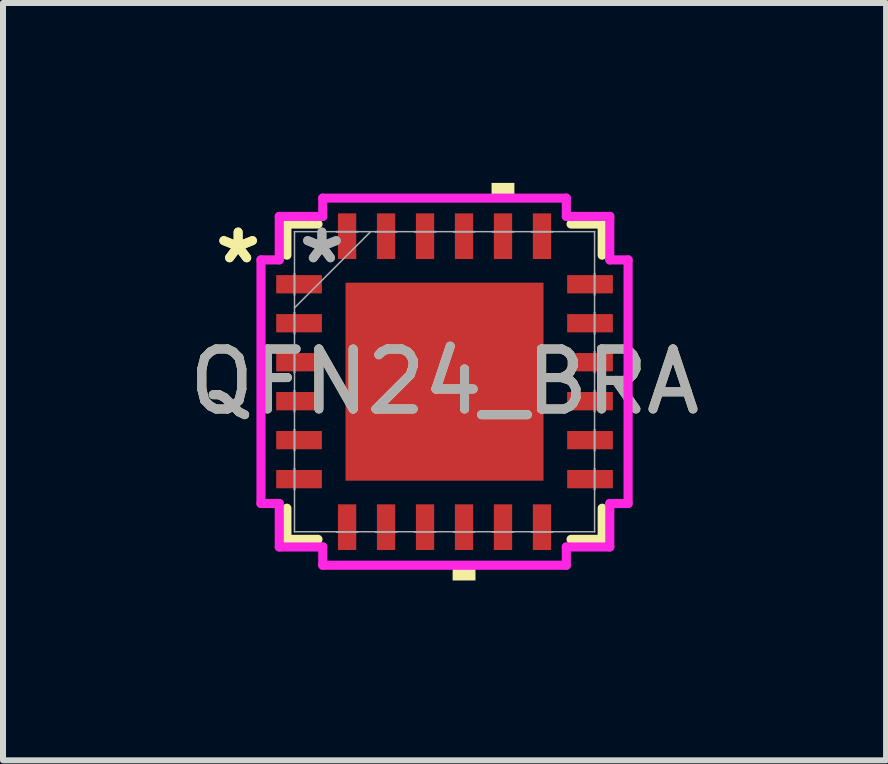
<source format=kicad_pcb>
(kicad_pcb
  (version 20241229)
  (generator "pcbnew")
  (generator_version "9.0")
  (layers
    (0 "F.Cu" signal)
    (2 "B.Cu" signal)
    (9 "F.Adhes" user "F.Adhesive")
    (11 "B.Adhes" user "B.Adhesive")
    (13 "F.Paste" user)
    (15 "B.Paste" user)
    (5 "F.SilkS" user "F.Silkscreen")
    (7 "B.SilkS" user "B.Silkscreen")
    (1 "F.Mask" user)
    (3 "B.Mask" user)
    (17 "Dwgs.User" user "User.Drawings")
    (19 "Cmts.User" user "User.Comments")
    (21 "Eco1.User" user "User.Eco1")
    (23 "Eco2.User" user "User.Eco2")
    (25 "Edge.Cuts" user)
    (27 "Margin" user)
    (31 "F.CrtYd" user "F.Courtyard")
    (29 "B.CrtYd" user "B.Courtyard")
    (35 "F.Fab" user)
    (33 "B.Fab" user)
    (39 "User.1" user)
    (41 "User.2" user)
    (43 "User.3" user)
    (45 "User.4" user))
  (footprint "QFN24_BRA"
    (layer "F.Cu")
    (at 4.363 3.315)
    (property "Reference" "QFN24_BRA" (at 0 0 0) (unlocked yes) (layer "F.SilkS") (effects (font (size 1 1) (thickness 0.15))))
    (attr smd)
    (fp_line (start -2.629 -2.629) (end -2.629 -2.11) (stroke (width 0.152) (type solid)) (layer "F.SilkS"))
    (fp_line (start -2.629 2.11) (end -2.629 2.629) (stroke (width 0.152) (type solid)) (layer "F.SilkS"))
    (fp_line (start -2.629 2.629) (end -2.11 2.629) (stroke (width 0.152) (type solid)) (layer "F.SilkS"))
    (fp_line (start -2.11 -2.629) (end -2.629 -2.629) (stroke (width 0.152) (type solid)) (layer "F.SilkS"))
    (fp_line (start 2.11 2.629) (end 2.629 2.629) (stroke (width 0.152) (type solid)) (layer "F.SilkS"))
    (fp_line (start 2.629 -2.629) (end 2.11 -2.629) (stroke (width 0.152) (type solid)) (layer "F.SilkS"))
    (fp_line (start 2.629 -2.11) (end 2.629 -2.629) (stroke (width 0.152) (type solid)) (layer "F.SilkS"))
    (fp_line (start 2.629 2.629) (end 2.629 2.11) (stroke (width 0.152) (type solid)) (layer "F.SilkS"))
    (fp_poly (pts (xy 0.135 3.061) (xy 0.135 3.315) (xy 0.516 3.315) (xy 0.516 3.061)) (stroke (width 0) (type solid)) (fill yes) (layer "F.SilkS"))
    (fp_poly (pts (xy 0.784 -3.061) (xy 0.784 -3.315) (xy 1.165 -3.315) (xy 1.165 -3.061)) (stroke (width 0) (type solid)) (fill yes) (layer "F.SilkS"))
    (fp_poly (pts (xy -1.551 -1.551) (xy -1.551 -0.1) (xy -0.1 -0.1) (xy -0.1 -1.551)) (stroke (width 0) (type solid)) (fill yes) (layer "F.Paste"))
    (fp_poly (pts (xy -1.551 0.1) (xy -1.551 1.551) (xy -0.1 1.551) (xy -0.1 0.1)) (stroke (width 0) (type solid)) (fill yes) (layer "F.Paste"))
    (fp_poly (pts (xy 0.1 -1.551) (xy 0.1 -0.1) (xy 1.551 -0.1) (xy 1.551 -1.551)) (stroke (width 0) (type solid)) (fill yes) (layer "F.Paste"))
    (fp_poly (pts (xy 0.1 0.1) (xy 0.1 1.551) (xy 1.551 1.551) (xy 1.551 0.1)) (stroke (width 0) (type solid)) (fill yes) (layer "F.Paste"))
    (fp_line (start -3.061 -2.031) (end -2.756 -2.031) (stroke (width 0.152) (type solid)) (layer "F.CrtYd"))
    (fp_line (start -3.061 2.031) (end -3.061 -2.031) (stroke (width 0.152) (type solid)) (layer "F.CrtYd"))
    (fp_line (start -2.756 -2.756) (end -2.031 -2.756) (stroke (width 0.152) (type solid)) (layer "F.CrtYd"))
    (fp_line (start -2.756 -2.031) (end -2.756 -2.756) (stroke (width 0.152) (type solid)) (layer "F.CrtYd"))
    (fp_line (start -2.756 2.031) (end -3.061 2.031) (stroke (width 0.152) (type solid)) (layer "F.CrtYd"))
    (fp_line (start -2.756 2.756) (end -2.756 2.031) (stroke (width 0.152) (type solid)) (layer "F.CrtYd"))
    (fp_line (start -2.031 -3.061) (end 2.031 -3.061) (stroke (width 0.152) (type solid)) (layer "F.CrtYd"))
    (fp_line (start -2.031 -2.756) (end -2.031 -3.061) (stroke (width 0.152) (type solid)) (layer "F.CrtYd"))
    (fp_line (start -2.031 2.756) (end -2.756 2.756) (stroke (width 0.152) (type solid)) (layer "F.CrtYd"))
    (fp_line (start -2.031 3.061) (end -2.031 2.756) (stroke (width 0.152) (type solid)) (layer "F.CrtYd"))
    (fp_line (start 2.031 -3.061) (end 2.031 -2.756) (stroke (width 0.152) (type solid)) (layer "F.CrtYd"))
    (fp_line (start 2.031 -2.756) (end 2.756 -2.756) (stroke (width 0.152) (type solid)) (layer "F.CrtYd"))
    (fp_line (start 2.031 2.756) (end 2.031 3.061) (stroke (width 0.152) (type solid)) (layer "F.CrtYd"))
    (fp_line (start 2.031 3.061) (end -2.031 3.061) (stroke (width 0.152) (type solid)) (layer "F.CrtYd"))
    (fp_line (start 2.756 -2.756) (end 2.756 -2.031) (stroke (width 0.152) (type solid)) (layer "F.CrtYd"))
    (fp_line (start 2.756 -2.031) (end 3.061 -2.031) (stroke (width 0.152) (type solid)) (layer "F.CrtYd"))
    (fp_line (start 2.756 2.031) (end 2.756 2.756) (stroke (width 0.152) (type solid)) (layer "F.CrtYd"))
    (fp_line (start 2.756 2.756) (end 2.031 2.756) (stroke (width 0.152) (type solid)) (layer "F.CrtYd"))
    (fp_line (start 3.061 -2.031) (end 3.061 2.031) (stroke (width 0.152) (type solid)) (layer "F.CrtYd"))
    (fp_line (start 3.061 2.031) (end 2.756 2.031) (stroke (width 0.152) (type solid)) (layer "F.CrtYd"))
    (fp_line (start -2.502 -2.502) (end -2.502 -2.502) (stroke (width 0.025) (type solid)) (layer "F.Fab"))
    (fp_line (start -2.502 -2.502) (end -2.502 2.502) (stroke (width 0.025) (type solid)) (layer "F.Fab"))
    (fp_line (start -2.502 -1.803) (end -2.502 -1.803) (stroke (width 0.025) (type solid)) (layer "F.Fab"))
    (fp_line (start -2.502 -1.803) (end -2.502 -1.447) (stroke (width 0.025) (type solid)) (layer "F.Fab"))
    (fp_line (start -2.502 -1.447) (end -2.502 -1.803) (stroke (width 0.025) (type solid)) (layer "F.Fab"))
    (fp_line (start -2.502 -1.447) (end -2.502 -1.447) (stroke (width 0.025) (type solid)) (layer "F.Fab"))
    (fp_line (start -2.502 -1.232) (end -1.232 -2.502) (stroke (width 0.025) (type solid)) (layer "F.Fab"))
    (fp_line (start -2.502 -1.153) (end -2.502 -1.153) (stroke (width 0.025) (type solid)) (layer "F.Fab"))
    (fp_line (start -2.502 -1.153) (end -2.502 -0.797) (stroke (width 0.025) (type solid)) (layer "F.Fab"))
    (fp_line (start -2.502 -0.797) (end -2.502 -1.153) (stroke (width 0.025) (type solid)) (layer "F.Fab"))
    (fp_line (start -2.502 -0.797) (end -2.502 -0.797) (stroke (width 0.025) (type solid)) (layer "F.Fab"))
    (fp_line (start -2.502 -0.503) (end -2.502 -0.503) (stroke (width 0.025) (type solid)) (layer "F.Fab"))
    (fp_line (start -2.502 -0.503) (end -2.502 -0.147) (stroke (width 0.025) (type solid)) (layer "F.Fab"))
    (fp_line (start -2.502 -0.147) (end -2.502 -0.503) (stroke (width 0.025) (type solid)) (layer "F.Fab"))
    (fp_line (start -2.502 -0.147) (end -2.502 -0.147) (stroke (width 0.025) (type solid)) (layer "F.Fab"))
    (fp_line (start -2.502 0.147) (end -2.502 0.147) (stroke (width 0.025) (type solid)) (layer "F.Fab"))
    (fp_line (start -2.502 0.147) (end -2.502 0.503) (stroke (width 0.025) (type solid)) (layer "F.Fab"))
    (fp_line (start -2.502 0.503) (end -2.502 0.147) (stroke (width 0.025) (type solid)) (layer "F.Fab"))
    (fp_line (start -2.502 0.503) (end -2.502 0.503) (stroke (width 0.025) (type solid)) (layer "F.Fab"))
    (fp_line (start -2.502 0.797) (end -2.502 0.797) (stroke (width 0.025) (type solid)) (layer "F.Fab"))
    (fp_line (start -2.502 0.797) (end -2.502 1.153) (stroke (width 0.025) (type solid)) (layer "F.Fab"))
    (fp_line (start -2.502 1.153) (end -2.502 0.797) (stroke (width 0.025) (type solid)) (layer "F.Fab"))
    (fp_line (start -2.502 1.153) (end -2.502 1.153) (stroke (width 0.025) (type solid)) (layer "F.Fab"))
    (fp_line (start -2.502 1.447) (end -2.502 1.447) (stroke (width 0.025) (type solid)) (layer "F.Fab"))
    (fp_line (start -2.502 1.447) (end -2.502 1.803) (stroke (width 0.025) (type solid)) (layer "F.Fab"))
    (fp_line (start -2.502 1.803) (end -2.502 1.447) (stroke (width 0.025) (type solid)) (layer "F.Fab"))
    (fp_line (start -2.502 1.803) (end -2.502 1.803) (stroke (width 0.025) (type solid)) (layer "F.Fab"))
    (fp_line (start -2.502 2.502) (end -2.502 2.502) (stroke (width 0.025) (type solid)) (layer "F.Fab"))
    (fp_line (start -2.502 2.502) (end 2.502 2.502) (stroke (width 0.025) (type solid)) (layer "F.Fab"))
    (fp_line (start -1.803 -2.502) (end -1.803 -2.502) (stroke (width 0.025) (type solid)) (layer "F.Fab"))
    (fp_line (start -1.803 -2.502) (end -1.447 -2.502) (stroke (width 0.025) (type solid)) (layer "F.Fab"))
    (fp_line (start -1.803 2.502) (end -1.803 2.502) (stroke (width 0.025) (type solid)) (layer "F.Fab"))
    (fp_line (start -1.803 2.502) (end -1.447 2.502) (stroke (width 0.025) (type solid)) (layer "F.Fab"))
    (fp_line (start -1.447 -2.502) (end -1.803 -2.502) (stroke (width 0.025) (type solid)) (layer "F.Fab"))
    (fp_line (start -1.447 -2.502) (end -1.447 -2.502) (stroke (width 0.025) (type solid)) (layer "F.Fab"))
    (fp_line (start -1.447 2.502) (end -1.803 2.502) (stroke (width 0.025) (type solid)) (layer "F.Fab"))
    (fp_line (start -1.447 2.502) (end -1.447 2.502) (stroke (width 0.025) (type solid)) (layer "F.Fab"))
    (fp_line (start -1.153 -2.502) (end -1.153 -2.502) (stroke (width 0.025) (type solid)) (layer "F.Fab"))
    (fp_line (start -1.153 -2.502) (end -0.797 -2.502) (stroke (width 0.025) (type solid)) (layer "F.Fab"))
    (fp_line (start -1.153 2.502) (end -1.153 2.502) (stroke (width 0.025) (type solid)) (layer "F.Fab"))
    (fp_line (start -1.153 2.502) (end -0.797 2.502) (stroke (width 0.025) (type solid)) (layer "F.Fab"))
    (fp_line (start -0.797 -2.502) (end -1.153 -2.502) (stroke (width 0.025) (type solid)) (layer "F.Fab"))
    (fp_line (start -0.797 -2.502) (end -0.797 -2.502) (stroke (width 0.025) (type solid)) (layer "F.Fab"))
    (fp_line (start -0.797 2.502) (end -1.153 2.502) (stroke (width 0.025) (type solid)) (layer "F.Fab"))
    (fp_line (start -0.797 2.502) (end -0.797 2.502) (stroke (width 0.025) (type solid)) (layer "F.Fab"))
    (fp_line (start -0.503 -2.502) (end -0.503 -2.502) (stroke (width 0.025) (type solid)) (layer "F.Fab"))
    (fp_line (start -0.503 -2.502) (end -0.147 -2.502) (stroke (width 0.025) (type solid)) (layer "F.Fab"))
    (fp_line (start -0.503 2.502) (end -0.503 2.502) (stroke (width 0.025) (type solid)) (layer "F.Fab"))
    (fp_line (start -0.503 2.502) (end -0.147 2.502) (stroke (width 0.025) (type solid)) (layer "F.Fab"))
    (fp_line (start -0.147 -2.502) (end -0.503 -2.502) (stroke (width 0.025) (type solid)) (layer "F.Fab"))
    (fp_line (start -0.147 -2.502) (end -0.147 -2.502) (stroke (width 0.025) (type solid)) (layer "F.Fab"))
    (fp_line (start -0.147 2.502) (end -0.503 2.502) (stroke (width 0.025) (type solid)) (layer "F.Fab"))
    (fp_line (start -0.147 2.502) (end -0.147 2.502) (stroke (width 0.025) (type solid)) (layer "F.Fab"))
    (fp_line (start 0.147 -2.502) (end 0.147 -2.502) (stroke (width 0.025) (type solid)) (layer "F.Fab"))
    (fp_line (start 0.147 -2.502) (end 0.503 -2.502) (stroke (width 0.025) (type solid)) (layer "F.Fab"))
    (fp_line (start 0.147 2.502) (end 0.147 2.502) (stroke (width 0.025) (type solid)) (layer "F.Fab"))
    (fp_line (start 0.147 2.502) (end 0.503 2.502) (stroke (width 0.025) (type solid)) (layer "F.Fab"))
    (fp_line (start 0.503 -2.502) (end 0.147 -2.502) (stroke (width 0.025) (type solid)) (layer "F.Fab"))
    (fp_line (start 0.503 -2.502) (end 0.503 -2.502) (stroke (width 0.025) (type solid)) (layer "F.Fab"))
    (fp_line (start 0.503 2.502) (end 0.147 2.502) (stroke (width 0.025) (type solid)) (layer "F.Fab"))
    (fp_line (start 0.503 2.502) (end 0.503 2.502) (stroke (width 0.025) (type solid)) (layer "F.Fab"))
    (fp_line (start 0.797 -2.502) (end 0.797 -2.502) (stroke (width 0.025) (type solid)) (layer "F.Fab"))
    (fp_line (start 0.797 -2.502) (end 1.153 -2.502) (stroke (width 0.025) (type solid)) (layer "F.Fab"))
    (fp_line (start 0.797 2.502) (end 0.797 2.502) (stroke (width 0.025) (type solid)) (layer "F.Fab"))
    (fp_line (start 0.797 2.502) (end 1.153 2.502) (stroke (width 0.025) (type solid)) (layer "F.Fab"))
    (fp_line (start 1.153 -2.502) (end 0.797 -2.502) (stroke (width 0.025) (type solid)) (layer "F.Fab"))
    (fp_line (start 1.153 -2.502) (end 1.153 -2.502) (stroke (width 0.025) (type solid)) (layer "F.Fab"))
    (fp_line (start 1.153 2.502) (end 0.797 2.502) (stroke (width 0.025) (type solid)) (layer "F.Fab"))
    (fp_line (start 1.153 2.502) (end 1.153 2.502) (stroke (width 0.025) (type solid)) (layer "F.Fab"))
    (fp_line (start 1.447 -2.502) (end 1.447 -2.502) (stroke (width 0.025) (type solid)) (layer "F.Fab"))
    (fp_line (start 1.447 -2.502) (end 1.803 -2.502) (stroke (width 0.025) (type solid)) (layer "F.Fab"))
    (fp_line (start 1.447 2.502) (end 1.447 2.502) (stroke (width 0.025) (type solid)) (layer "F.Fab"))
    (fp_line (start 1.447 2.502) (end 1.803 2.502) (stroke (width 0.025) (type solid)) (layer "F.Fab"))
    (fp_line (start 1.803 -2.502) (end 1.447 -2.502) (stroke (width 0.025) (type solid)) (layer "F.Fab"))
    (fp_line (start 1.803 -2.502) (end 1.803 -2.502) (stroke (width 0.025) (type solid)) (layer "F.Fab"))
    (fp_line (start 1.803 2.502) (end 1.447 2.502) (stroke (width 0.025) (type solid)) (layer "F.Fab"))
    (fp_line (start 1.803 2.502) (end 1.803 2.502) (stroke (width 0.025) (type solid)) (layer "F.Fab"))
    (fp_line (start 2.502 -2.502) (end -2.502 -2.502) (stroke (width 0.025) (type solid)) (layer "F.Fab"))
    (fp_line (start 2.502 -2.502) (end 2.502 -2.502) (stroke (width 0.025) (type solid)) (layer "F.Fab"))
    (fp_line (start 2.502 -1.803) (end 2.502 -1.803) (stroke (width 0.025) (type solid)) (layer "F.Fab"))
    (fp_line (start 2.502 -1.803) (end 2.502 -1.447) (stroke (width 0.025) (type solid)) (layer "F.Fab"))
    (fp_line (start 2.502 -1.447) (end 2.502 -1.803) (stroke (width 0.025) (type solid)) (layer "F.Fab"))
    (fp_line (start 2.502 -1.447) (end 2.502 -1.447) (stroke (width 0.025) (type solid)) (layer "F.Fab"))
    (fp_line (start 2.502 -1.153) (end 2.502 -1.153) (stroke (width 0.025) (type solid)) (layer "F.Fab"))
    (fp_line (start 2.502 -1.153) (end 2.502 -0.797) (stroke (width 0.025) (type solid)) (layer "F.Fab"))
    (fp_line (start 2.502 -0.797) (end 2.502 -1.153) (stroke (width 0.025) (type solid)) (layer "F.Fab"))
    (fp_line (start 2.502 -0.797) (end 2.502 -0.797) (stroke (width 0.025) (type solid)) (layer "F.Fab"))
    (fp_line (start 2.502 -0.503) (end 2.502 -0.503) (stroke (width 0.025) (type solid)) (layer "F.Fab"))
    (fp_line (start 2.502 -0.503) (end 2.502 -0.147) (stroke (width 0.025) (type solid)) (layer "F.Fab"))
    (fp_line (start 2.502 -0.147) (end 2.502 -0.503) (stroke (width 0.025) (type solid)) (layer "F.Fab"))
    (fp_line (start 2.502 -0.147) (end 2.502 -0.147) (stroke (width 0.025) (type solid)) (layer "F.Fab"))
    (fp_line (start 2.502 0.147) (end 2.502 0.147) (stroke (width 0.025) (type solid)) (layer "F.Fab"))
    (fp_line (start 2.502 0.147) (end 2.502 0.503) (stroke (width 0.025) (type solid)) (layer "F.Fab"))
    (fp_line (start 2.502 0.503) (end 2.502 0.147) (stroke (width 0.025) (type solid)) (layer "F.Fab"))
    (fp_line (start 2.502 0.503) (end 2.502 0.503) (stroke (width 0.025) (type solid)) (layer "F.Fab"))
    (fp_line (start 2.502 0.797) (end 2.502 0.797) (stroke (width 0.025) (type solid)) (layer "F.Fab"))
    (fp_line (start 2.502 0.797) (end 2.502 1.153) (stroke (width 0.025) (type solid)) (layer "F.Fab"))
    (fp_line (start 2.502 1.153) (end 2.502 0.797) (stroke (width 0.025) (type solid)) (layer "F.Fab"))
    (fp_line (start 2.502 1.153) (end 2.502 1.153) (stroke (width 0.025) (type solid)) (layer "F.Fab"))
    (fp_line (start 2.502 1.447) (end 2.502 1.447) (stroke (width 0.025) (type solid)) (layer "F.Fab"))
    (fp_line (start 2.502 1.447) (end 2.502 1.803) (stroke (width 0.025) (type solid)) (layer "F.Fab"))
    (fp_line (start 2.502 1.803) (end 2.502 1.447) (stroke (width 0.025) (type solid)) (layer "F.Fab"))
    (fp_line (start 2.502 1.803) (end 2.502 1.803) (stroke (width 0.025) (type solid)) (layer "F.Fab"))
    (fp_line (start 2.502 2.502) (end 2.502 -2.502) (stroke (width 0.025) (type solid)) (layer "F.Fab"))
    (fp_line (start 2.502 2.502) (end 2.502 2.502) (stroke (width 0.025) (type solid)) (layer "F.Fab"))
    (fp_text user "*" (at -3.442 -1.95 0) (unlocked yes) (layer "F.SilkS") (effects (font (size 1 1) (thickness 0.15))))
    (fp_text user "*" (at -3.442 -1.95 0) (layer "F.SilkS") (effects (font (size 1 1) (thickness 0.15))))
    (fp_text user "${REFERENCE}" (at 0 0 0) (unlocked yes) (layer "F.Fab") (effects (font (size 1 1) (thickness 0.15))))
    (fp_text user "*" (at -2.045 -1.95 0) (layer "F.Fab") (effects (font (size 1 1) (thickness 0.15))))
    (fp_text user "*" (at -2.045 -1.95 0) (unlocked yes) (layer "F.Fab") (effects (font (size 1 1) (thickness 0.15))))
    (pad "1" smd rect (at -2.426 -1.625 90) (size 0.305 0.762) (layers "F.Cu" "F.Mask" "F.Paste"))
    (pad "2" smd rect (at -2.426 -0.975 90) (size 0.305 0.762) (layers "F.Cu" "F.Mask" "F.Paste"))
    (pad "3" smd rect (at -2.426 -0.325 90) (size 0.305 0.762) (layers "F.Cu" "F.Mask" "F.Paste"))
    (pad "4" smd rect (at -2.426 0.325 90) (size 0.305 0.762) (layers "F.Cu" "F.Mask" "F.Paste"))
    (pad "5" smd rect (at -2.426 0.975 90) (size 0.305 0.762) (layers "F.Cu" "F.Mask" "F.Paste"))
    (pad "6" smd rect (at -2.426 1.625 90) (size 0.305 0.762) (layers "F.Cu" "F.Mask" "F.Paste"))
    (pad "7" smd rect (at -1.625 2.426) (size 0.305 0.762) (layers "F.Cu" "F.Mask" "F.Paste"))
    (pad "8" smd rect (at -0.975 2.426) (size 0.305 0.762) (layers "F.Cu" "F.Mask" "F.Paste"))
    (pad "9" smd rect (at -0.325 2.426) (size 0.305 0.762) (layers "F.Cu" "F.Mask" "F.Paste"))
    (pad "10" smd rect (at 0.325 2.426) (size 0.305 0.762) (layers "F.Cu" "F.Mask" "F.Paste"))
    (pad "11" smd rect (at 0.975 2.426) (size 0.305 0.762) (layers "F.Cu" "F.Mask" "F.Paste"))
    (pad "12" smd rect (at 1.625 2.426) (size 0.305 0.762) (layers "F.Cu" "F.Mask" "F.Paste"))
    (pad "13" smd rect (at 2.426 1.625 90) (size 0.305 0.762) (layers "F.Cu" "F.Mask" "F.Paste"))
    (pad "14" smd rect (at 2.426 0.975 90) (size 0.305 0.762) (layers "F.Cu" "F.Mask" "F.Paste"))
    (pad "15" smd rect (at 2.426 0.325 90) (size 0.305 0.762) (layers "F.Cu" "F.Mask" "F.Paste"))
    (pad "16" smd rect (at 2.426 -0.325 90) (size 0.305 0.762) (layers "F.Cu" "F.Mask" "F.Paste"))
    (pad "17" smd rect (at 2.426 -0.975 90) (size 0.305 0.762) (layers "F.Cu" "F.Mask" "F.Paste"))
    (pad "18" smd rect (at 2.426 -1.625 90) (size 0.305 0.762) (layers "F.Cu" "F.Mask" "F.Paste"))
    (pad "19" smd rect (at 1.625 -2.426) (size 0.305 0.762) (layers "F.Cu" "F.Mask" "F.Paste"))
    (pad "20" smd rect (at 0.975 -2.426) (size 0.305 0.762) (layers "F.Cu" "F.Mask" "F.Paste"))
    (pad "21" smd rect (at 0.325 -2.426) (size 0.305 0.762) (layers "F.Cu" "F.Mask" "F.Paste"))
    (pad "22" smd rect (at -0.325 -2.426) (size 0.305 0.762) (layers "F.Cu" "F.Mask" "F.Paste"))
    (pad "23" smd rect (at -0.975 -2.426) (size 0.305 0.762) (layers "F.Cu" "F.Mask" "F.Paste"))
    (pad "24" smd rect (at -1.625 -2.426) (size 0.305 0.762) (layers "F.Cu" "F.Mask" "F.Paste"))
    (pad "25" smd rect (at 0 0) (size 3.302 3.302) (layers "F.Cu" "F.Mask")))
  (gr_rect
    (start -3 -3)
    (end 11.726 9.629)
    (stroke (width 0.1) (type default))
    (fill no)
    (layer "Edge.Cuts")))
</source>
